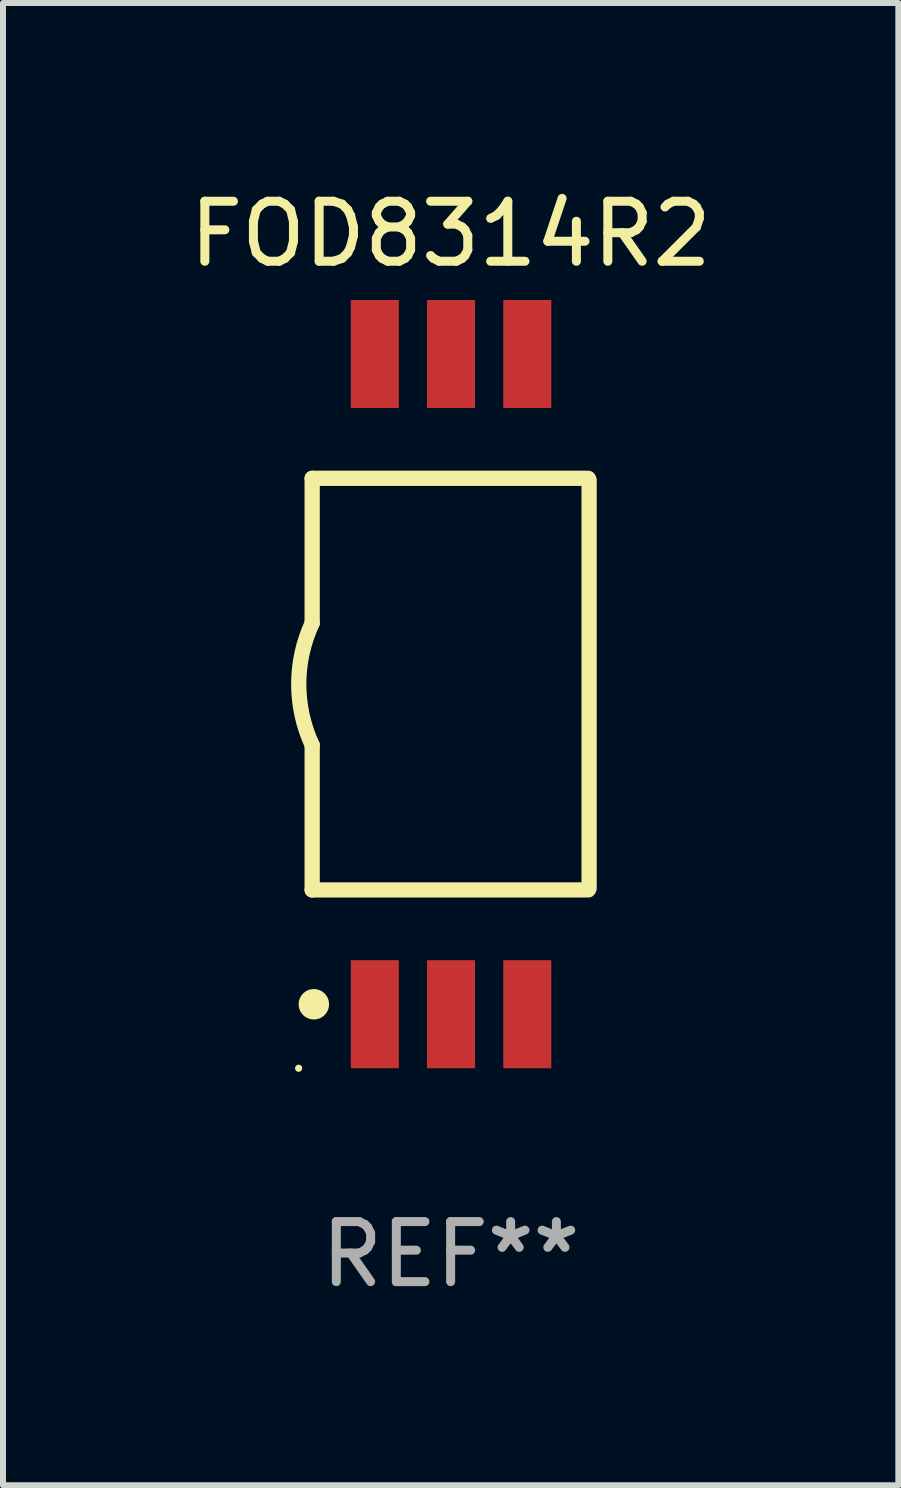
<source format=kicad_pcb>
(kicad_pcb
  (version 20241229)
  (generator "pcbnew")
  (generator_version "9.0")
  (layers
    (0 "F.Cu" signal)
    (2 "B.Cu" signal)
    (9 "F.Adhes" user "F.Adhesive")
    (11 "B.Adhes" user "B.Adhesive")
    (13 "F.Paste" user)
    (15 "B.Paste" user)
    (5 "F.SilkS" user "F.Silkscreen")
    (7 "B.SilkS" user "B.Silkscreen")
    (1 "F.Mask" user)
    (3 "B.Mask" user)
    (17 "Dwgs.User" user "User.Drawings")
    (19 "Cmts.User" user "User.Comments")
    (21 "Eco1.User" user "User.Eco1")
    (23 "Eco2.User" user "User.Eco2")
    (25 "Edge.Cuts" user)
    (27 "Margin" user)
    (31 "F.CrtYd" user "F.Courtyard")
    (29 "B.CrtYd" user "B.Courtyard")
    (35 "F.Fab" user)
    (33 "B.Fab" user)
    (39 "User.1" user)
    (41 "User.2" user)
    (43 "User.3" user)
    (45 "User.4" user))
  (footprint "FOD8314R2"
    (layer "F.Cu")
    (at 4.458 8.348)
    (property "Reference" "FOD8314R2" (at 0 -7.5 0) (layer "F.SilkS") (effects (font (size 1 1) (thickness 0.15))))
    (attr through_hole)
    (fp_line (start -2.307 -3.429) (end -2.307 -1.016) (stroke (width 0.254) (type solid)) (layer "F.SilkS"))
    (fp_line (start -2.307 -3.429) (end 2.293 -3.429) (stroke (width 0.254) (type solid)) (layer "F.SilkS"))
    (fp_line (start -2.307 3.429) (end -2.307 1.016) (stroke (width 0.254) (type solid)) (layer "F.SilkS"))
    (fp_line (start 2.293 3.429) (end -2.307 3.429) (stroke (width 0.254) (type solid)) (layer "F.SilkS"))
    (fp_line (start 2.307 -3.4) (end 2.307 3.4) (stroke (width 0.254) (type solid)) (layer "F.SilkS"))
    (fp_arc (start -2.306973 1.016002) (mid -2.53069 0.000003) (end -2.306998 -1.016002) (stroke (width 0.254001) (type solid)) (layer "F.SilkS"))
    (fp_circle (center -2.533 6.4) (end -2.503 6.4) (stroke (width 0.06) (type solid)) (fill no) (layer "F.SilkS"))
    (fp_circle (center -2.279 5.334) (end -2.152 5.334) (stroke (width 0.254) (type solid)) (fill no) (layer "F.SilkS"))
    (fp_text user "REF**" (at 0 9.5 0) (layer "F.Fab") (effects (font (size 1 1) (thickness 0.15))))
    (pad "1" smd rect (at -1.263 5.5 180) (size 0.8 1.8) (layers "F.Cu" "F.Mask" "F.Paste"))
    (pad "2" smd rect (at 0.007 5.5 180) (size 0.8 1.8) (layers "F.Cu" "F.Mask" "F.Paste"))
    (pad "3" smd rect (at 1.277 5.5 180) (size 0.8 1.8) (layers "F.Cu" "F.Mask" "F.Paste"))
    (pad "4" smd rect (at 1.277 -5.5 180) (size 0.8 1.8) (layers "F.Cu" "F.Mask" "F.Paste"))
    (pad "5" smd rect (at 0.007 -5.5 180) (size 0.8 1.8) (layers "F.Cu" "F.Mask" "F.Paste"))
    (pad "6" smd rect (at -1.263 -5.5 180) (size 0.8 1.8) (layers "F.Cu" "F.Mask" "F.Paste")))
  (gr_rect
    (start -3 -3)
    (end 11.917 21.696)
    (stroke (width 0.1) (type default))
    (fill no)
    (layer "Edge.Cuts")))
</source>
